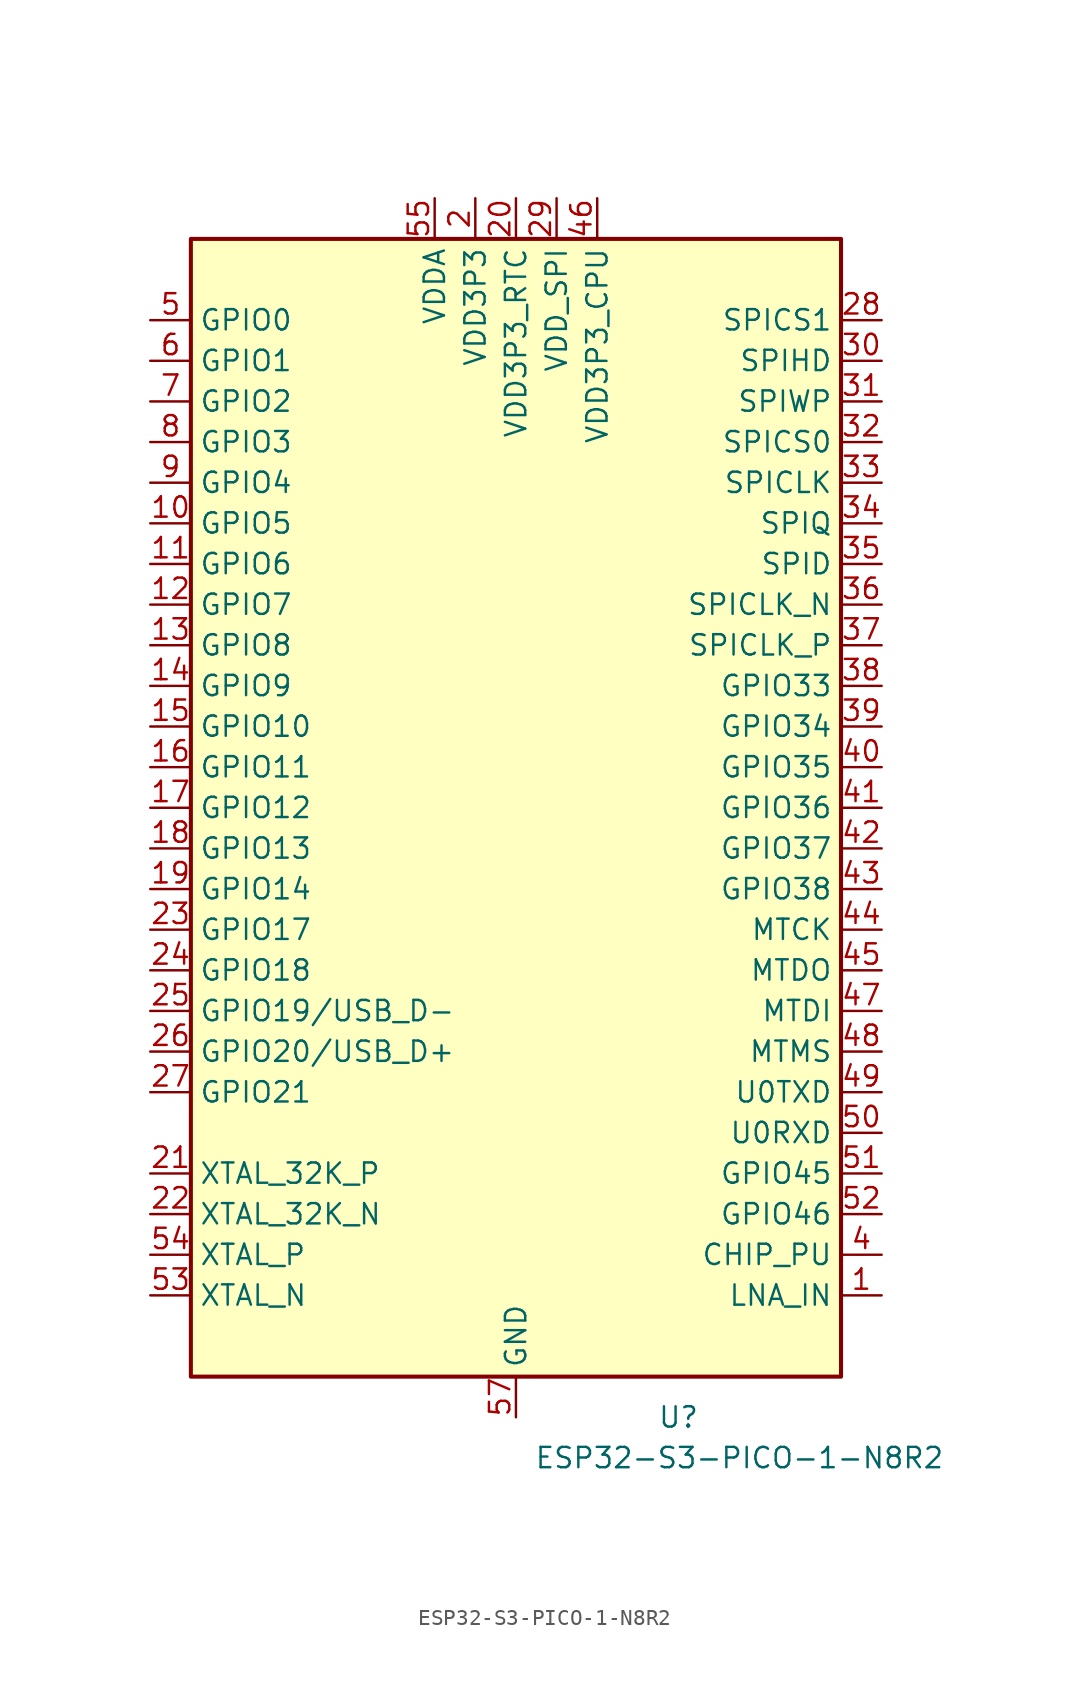
<source format=kicad_sym>
(kicad_symbol_lib
  (version 20231120)
  (generator "kicad_symbol_editor")
  (generator_version "8.0")
  (symbol "ESP32-S3-PICO-1-N8R2"
    (property "Reference" "U"
      (at 10.16 -38.1 0)
      (effects (font (size 1.27 1.27))))
    (property "Value" "ESP32-S3-PICO-1-N8R2"
      (at 13.97 -40.64 0)
      (effects (font (size 1.27 1.27))))
    (symbol "ESP32-S3-PICO-1-N8R2_0_1"
      (rectangle (start -20.32 35.56) (end 20.32 -35.56) (stroke (width 0.254) (type default)) (fill (type background))))
    (symbol "ESP32-S3-PICO-1-N8R2_1_0"
      (pin bidirectional line (at 22.86 12.7 180) (length 2.54) (name "SPICLK_N" (effects (font (size 1.27 1.27)))) (number "36" (effects (font (size 1.27 1.27)))))
      (pin bidirectional line (at 22.86 -10.16 180) (length 2.54) (name "MTDO" (effects (font (size 1.27 1.27)))) (number "45" (effects (font (size 1.27 1.27)))))
      (pin bidirectional line (at 22.86 -22.86 180) (length 2.54) (name "GPIO45" (effects (font (size 1.27 1.27)))) (number "51" (effects (font (size 1.27 1.27)))))
      (pin passive line (at -5.08 38.1 270) (length 2.54) hide (name "VDDA" (effects (font (size 1.27 1.27)))) (number "56" (effects (font (size 1.27 1.27))))))
    (symbol "ESP32-S3-PICO-1-N8R2_1_1"
      (pin bidirectional line (at 22.86 -30.48 180) (length 2.54) (name "LNA_IN" (effects (font (size 1.27 1.27)))) (number "1" (effects (font (size 1.27 1.27)))))
      (pin bidirectional line (at -22.86 17.78 0) (length 2.54) (name "GPIO5" (effects (font (size 1.27 1.27)))) (number "10" (effects (font (size 1.27 1.27)))))
      (pin bidirectional line (at -22.86 15.24 0) (length 2.54) (name "GPIO6" (effects (font (size 1.27 1.27)))) (number "11" (effects (font (size 1.27 1.27)))))
      (pin bidirectional line (at -22.86 12.7 0) (length 2.54) (name "GPIO7" (effects (font (size 1.27 1.27)))) (number "12" (effects (font (size 1.27 1.27)))))
      (pin bidirectional line (at -22.86 10.16 0) (length 2.54) (name "GPIO8" (effects (font (size 1.27 1.27)))) (number "13" (effects (font (size 1.27 1.27)))))
      (pin bidirectional line (at -22.86 7.62 0) (length 2.54) (name "GPIO9" (effects (font (size 1.27 1.27)))) (number "14" (effects (font (size 1.27 1.27)))))
      (pin bidirectional line (at -22.86 5.08 0) (length 2.54) (name "GPIO10" (effects (font (size 1.27 1.27)))) (number "15" (effects (font (size 1.27 1.27)))))
      (pin bidirectional line (at -22.86 2.54 0) (length 2.54) (name "GPIO11" (effects (font (size 1.27 1.27)))) (number "16" (effects (font (size 1.27 1.27)))))
      (pin bidirectional line (at -22.86 0 0) (length 2.54) (name "GPIO12" (effects (font (size 1.27 1.27)))) (number "17" (effects (font (size 1.27 1.27)))))
      (pin bidirectional line (at -22.86 -2.54 0) (length 2.54) (name "GPIO13" (effects (font (size 1.27 1.27)))) (number "18" (effects (font (size 1.27 1.27)))))
      (pin bidirectional line (at -22.86 -5.08 0) (length 2.54) (name "GPIO14" (effects (font (size 1.27 1.27)))) (number "19" (effects (font (size 1.27 1.27)))))
      (pin power_in line (at -2.54 38.1 270) (length 2.54) (name "VDD3P3" (effects (font (size 1.27 1.27)))) (number "2" (effects (font (size 1.27 1.27)))))
      (pin power_in line (at 0 38.1 270) (length 2.54) (name "VDD3P3_RTC" (effects (font (size 1.27 1.27)))) (number "20" (effects (font (size 1.27 1.27)))))
      (pin passive line (at -22.86 -22.86 0) (length 2.54) (name "XTAL_32K_P" (effects (font (size 1.27 1.27)))) (number "21" (effects (font (size 1.27 1.27)))))
      (pin passive line (at -22.86 -25.4 0) (length 2.54) (name "XTAL_32K_N" (effects (font (size 1.27 1.27)))) (number "22" (effects (font (size 1.27 1.27)))))
      (pin bidirectional line (at -22.86 -7.62 0) (length 2.54) (name "GPIO17" (effects (font (size 1.27 1.27)))) (number "23" (effects (font (size 1.27 1.27)))))
      (pin bidirectional line (at -22.86 -10.16 0) (length 2.54) (name "GPIO18" (effects (font (size 1.27 1.27)))) (number "24" (effects (font (size 1.27 1.27)))))
      (pin bidirectional line (at -22.86 -12.7 0) (length 2.54) (name "GPIO19/USB_D-" (effects (font (size 1.27 1.27)))) (number "25" (effects (font (size 1.27 1.27)))))
      (pin bidirectional line (at -22.86 -15.24 0) (length 2.54) (name "GPIO20/USB_D+" (effects (font (size 1.27 1.27)))) (number "26" (effects (font (size 1.27 1.27)))))
      (pin bidirectional line (at -22.86 -17.78 0) (length 2.54) (name "GPIO21" (effects (font (size 1.27 1.27)))) (number "27" (effects (font (size 1.27 1.27)))))
      (pin bidirectional line (at 22.86 30.48 180) (length 2.54) (name "SPICS1" (effects (font (size 1.27 1.27)))) (number "28" (effects (font (size 1.27 1.27)))))
      (pin power_in line (at 2.54 38.1 270) (length 2.54) (name "VDD_SPI" (effects (font (size 1.27 1.27)))) (number "29" (effects (font (size 1.27 1.27)))))
      (pin passive line (at -2.54 38.1 270) (length 2.54) hide (name "VDD3P3" (effects (font (size 1.27 1.27)))) (number "3" (effects (font (size 1.27 1.27)))))
      (pin bidirectional line (at 22.86 27.94 180) (length 2.54) (name "SPIHD" (effects (font (size 1.27 1.27)))) (number "30" (effects (font (size 1.27 1.27)))))
      (pin bidirectional line (at 22.86 25.4 180) (length 2.54) (name "SPIWP" (effects (font (size 1.27 1.27)))) (number "31" (effects (font (size 1.27 1.27)))))
      (pin bidirectional line (at 22.86 22.86 180) (length 2.54) (name "SPICS0" (effects (font (size 1.27 1.27)))) (number "32" (effects (font (size 1.27 1.27)))))
      (pin bidirectional line (at 22.86 20.32 180) (length 2.54) (name "SPICLK" (effects (font (size 1.27 1.27)))) (number "33" (effects (font (size 1.27 1.27)))))
      (pin bidirectional line (at 22.86 17.78 180) (length 2.54) (name "SPIQ" (effects (font (size 1.27 1.27)))) (number "34" (effects (font (size 1.27 1.27)))))
      (pin bidirectional line (at 22.86 15.24 180) (length 2.54) (name "SPID" (effects (font (size 1.27 1.27)))) (number "35" (effects (font (size 1.27 1.27)))))
      (pin bidirectional line (at 22.86 10.16 180) (length 2.54) (name "SPICLK_P" (effects (font (size 1.27 1.27)))) (number "37" (effects (font (size 1.27 1.27)))))
      (pin bidirectional line (at 22.86 7.62 180) (length 2.54) (name "GPIO33" (effects (font (size 1.27 1.27)))) (number "38" (effects (font (size 1.27 1.27)))))
      (pin bidirectional line (at 22.86 5.08 180) (length 2.54) (name "GPIO34" (effects (font (size 1.27 1.27)))) (number "39" (effects (font (size 1.27 1.27)))))
      (pin input line (at 22.86 -27.94 180) (length 2.54) (name "CHIP_PU" (effects (font (size 1.27 1.27)))) (number "4" (effects (font (size 1.27 1.27)))))
      (pin bidirectional line (at 22.86 2.54 180) (length 2.54) (name "GPIO35" (effects (font (size 1.27 1.27)))) (number "40" (effects (font (size 1.27 1.27)))))
      (pin bidirectional line (at 22.86 0 180) (length 2.54) (name "GPIO36" (effects (font (size 1.27 1.27)))) (number "41" (effects (font (size 1.27 1.27)))))
      (pin bidirectional line (at 22.86 -2.54 180) (length 2.54) (name "GPIO37" (effects (font (size 1.27 1.27)))) (number "42" (effects (font (size 1.27 1.27)))))
      (pin bidirectional line (at 22.86 -5.08 180) (length 2.54) (name "GPIO38" (effects (font (size 1.27 1.27)))) (number "43" (effects (font (size 1.27 1.27)))))
      (pin bidirectional line (at 22.86 -7.62 180) (length 2.54) (name "MTCK" (effects (font (size 1.27 1.27)))) (number "44" (effects (font (size 1.27 1.27)))))
      (pin power_in line (at 5.08 38.1 270) (length 2.54) (name "VDD3P3_CPU" (effects (font (size 1.27 1.27)))) (number "46" (effects (font (size 1.27 1.27)))))
      (pin bidirectional line (at 22.86 -12.7 180) (length 2.54) (name "MTDI" (effects (font (size 1.27 1.27)))) (number "47" (effects (font (size 1.27 1.27)))))
      (pin bidirectional line (at 22.86 -15.24 180) (length 2.54) (name "MTMS" (effects (font (size 1.27 1.27)))) (number "48" (effects (font (size 1.27 1.27)))))
      (pin bidirectional line (at 22.86 -17.78 180) (length 2.54) (name "U0TXD" (effects (font (size 1.27 1.27)))) (number "49" (effects (font (size 1.27 1.27)))))
      (pin bidirectional line (at -22.86 30.48 0) (length 2.54) (name "GPIO0" (effects (font (size 1.27 1.27)))) (number "5" (effects (font (size 1.27 1.27)))))
      (pin bidirectional line (at 22.86 -20.32 180) (length 2.54) (name "U0RXD" (effects (font (size 1.27 1.27)))) (number "50" (effects (font (size 1.27 1.27)))))
      (pin bidirectional line (at 22.86 -25.4 180) (length 2.54) (name "GPIO46" (effects (font (size 1.27 1.27)))) (number "52" (effects (font (size 1.27 1.27)))))
      (pin output line (at -22.86 -30.48 0) (length 2.54) (name "XTAL_N" (effects (font (size 1.27 1.27)))) (number "53" (effects (font (size 1.27 1.27)))))
      (pin input line (at -22.86 -27.94 0) (length 2.54) (name "XTAL_P" (effects (font (size 1.27 1.27)))) (number "54" (effects (font (size 1.27 1.27)))))
      (pin power_in line (at -5.08 38.1 270) (length 2.54) (name "VDDA" (effects (font (size 1.27 1.27)))) (number "55" (effects (font (size 1.27 1.27)))))
      (pin power_in line (at 0 -38.1 90) (length 2.54) (name "GND" (effects (font (size 1.27 1.27)))) (number "57" (effects (font (size 1.27 1.27)))))
      (pin bidirectional line (at -22.86 27.94 0) (length 2.54) (name "GPIO1" (effects (font (size 1.27 1.27)))) (number "6" (effects (font (size 1.27 1.27)))))
      (pin bidirectional line (at -22.86 25.4 0) (length 2.54) (name "GPIO2" (effects (font (size 1.27 1.27)))) (number "7" (effects (font (size 1.27 1.27)))))
      (pin bidirectional line (at -22.86 22.86 0) (length 2.54) (name "GPIO3" (effects (font (size 1.27 1.27)))) (number "8" (effects (font (size 1.27 1.27)))))
      (pin bidirectional line (at -22.86 20.32 0) (length 2.54) (name "GPIO4" (effects (font (size 1.27 1.27)))) (number "9" (effects (font (size 1.27 1.27))))))))
</source>
